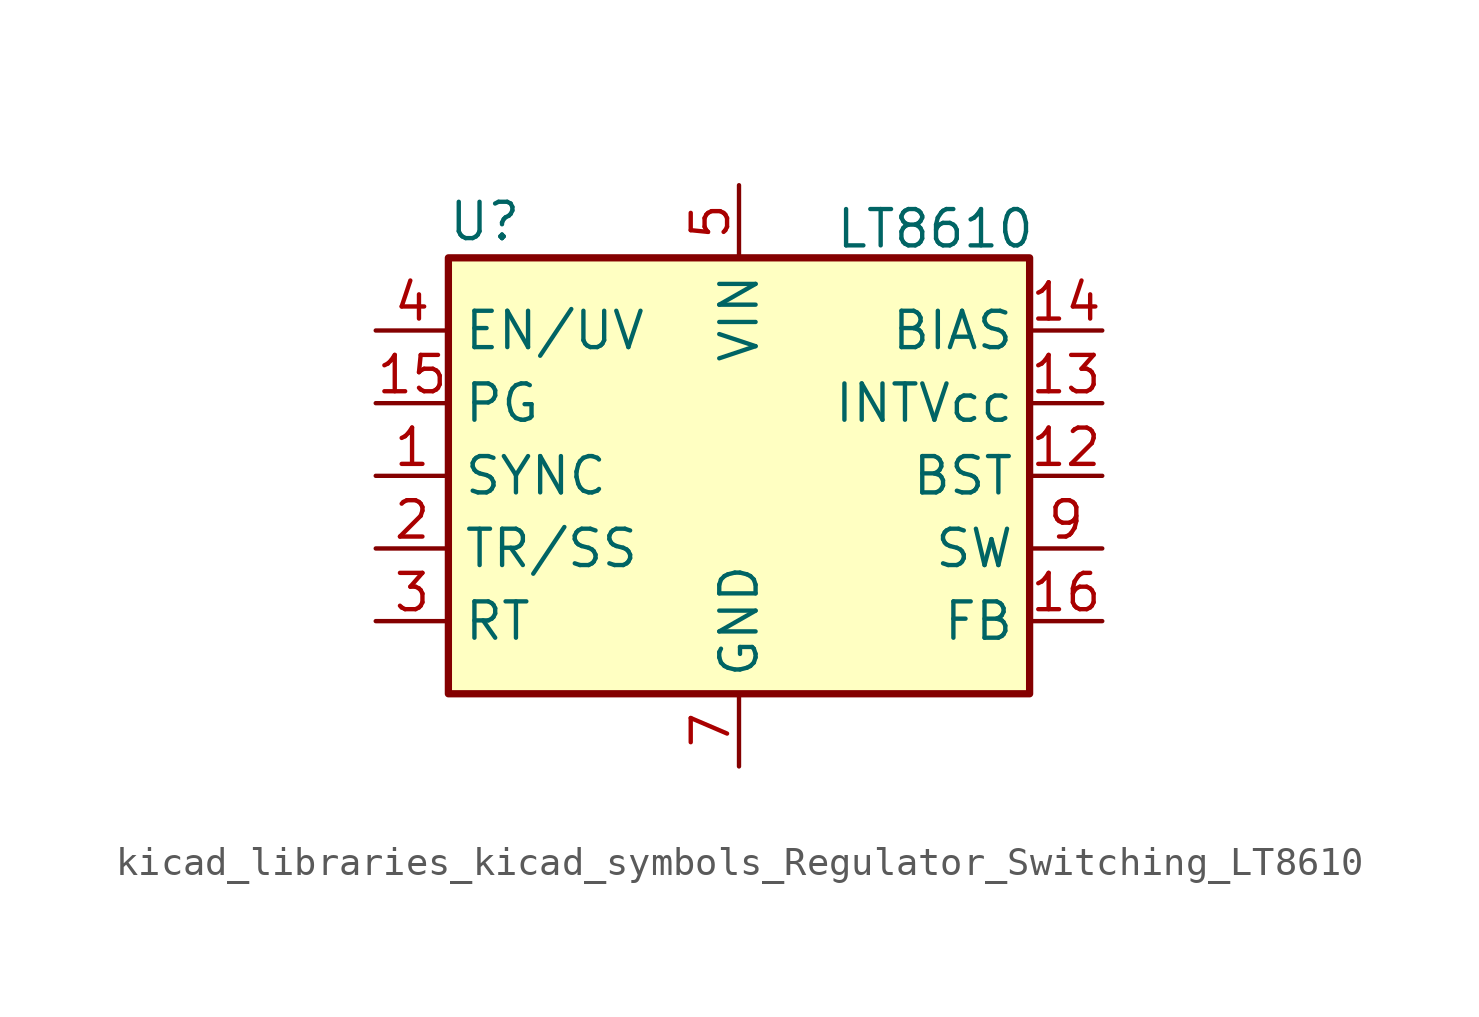
<source format=kicad_sym>
(kicad_symbol_lib
  (version 20220914)
  (generator kicad_symbol_editor)
  (symbol "kicad_libraries_kicad_symbols_Regulator_Switching_LT8610"
    (property "Reference" "U"
      (at -8.89 8.89 0)
      (effects (font (size 1.27 1.27))))
    (property "Value" "LT8610"
      (at 6.858 8.636 0)
      (effects (font (size 1.27 1.27))))
    (symbol "kicad_libraries_kicad_symbols_Regulator_Switching_LT8610_0_1"
      (rectangle (start -10.16 7.62) (end 10.16 -7.62) (stroke (width 0.254) (type default)) (fill (type background))))
    (symbol "kicad_libraries_kicad_symbols_Regulator_Switching_LT8610_1_1"
      (pin input line (at -12.7 0 0) (length 2.54) (name "SYNC" (effects (font (size 1.27 1.27)))) (number "1" (effects (font (size 1.27 1.27)))))
      (pin passive line (at 12.7 -2.54 180) (length 2.54) hide (name "SW" (effects (font (size 1.27 1.27)))) (number "10" (effects (font (size 1.27 1.27)))))
      (pin passive line (at 12.7 -2.54 180) (length 2.54) hide (name "SW" (effects (font (size 1.27 1.27)))) (number "11" (effects (font (size 1.27 1.27)))))
      (pin input line (at 12.7 0 180) (length 2.54) (name "BST" (effects (font (size 1.27 1.27)))) (number "12" (effects (font (size 1.27 1.27)))))
      (pin passive line (at 12.7 2.54 180) (length 2.54) (name "INTVcc" (effects (font (size 1.27 1.27)))) (number "13" (effects (font (size 1.27 1.27)))))
      (pin input line (at 12.7 5.08 180) (length 2.54) (name "BIAS" (effects (font (size 1.27 1.27)))) (number "14" (effects (font (size 1.27 1.27)))))
      (pin open_collector line (at -12.7 2.54 0) (length 2.54) (name "PG" (effects (font (size 1.27 1.27)))) (number "15" (effects (font (size 1.27 1.27)))))
      (pin input line (at 12.7 -5.08 180) (length 2.54) (name "FB" (effects (font (size 1.27 1.27)))) (number "16" (effects (font (size 1.27 1.27)))))
      (pin passive line (at 0 -10.16 90) (length 2.54) hide (name "GND" (effects (font (size 1.27 1.27)))) (number "17" (effects (font (size 1.27 1.27)))))
      (pin input line (at -12.7 -2.54 0) (length 2.54) (name "TR/SS" (effects (font (size 1.27 1.27)))) (number "2" (effects (font (size 1.27 1.27)))))
      (pin passive line (at -12.7 -5.08 0) (length 2.54) (name "RT" (effects (font (size 1.27 1.27)))) (number "3" (effects (font (size 1.27 1.27)))))
      (pin input line (at -12.7 5.08 0) (length 2.54) (name "EN/UV" (effects (font (size 1.27 1.27)))) (number "4" (effects (font (size 1.27 1.27)))))
      (pin power_in line (at 0 10.16 270) (length 2.54) (name "VIN" (effects (font (size 1.27 1.27)))) (number "5" (effects (font (size 1.27 1.27)))))
      (pin passive line (at 0 10.16 270) (length 2.54) hide (name "VIN" (effects (font (size 1.27 1.27)))) (number "6" (effects (font (size 1.27 1.27)))))
      (pin power_in line (at 0 -10.16 90) (length 2.54) (name "GND" (effects (font (size 1.27 1.27)))) (number "7" (effects (font (size 1.27 1.27)))))
      (pin passive line (at 0 -10.16 90) (length 2.54) hide (name "GND" (effects (font (size 1.27 1.27)))) (number "8" (effects (font (size 1.27 1.27)))))
      (pin output line (at 12.7 -2.54 180) (length 2.54) (name "SW" (effects (font (size 1.27 1.27)))) (number "9" (effects (font (size 1.27 1.27))))))))
</source>
